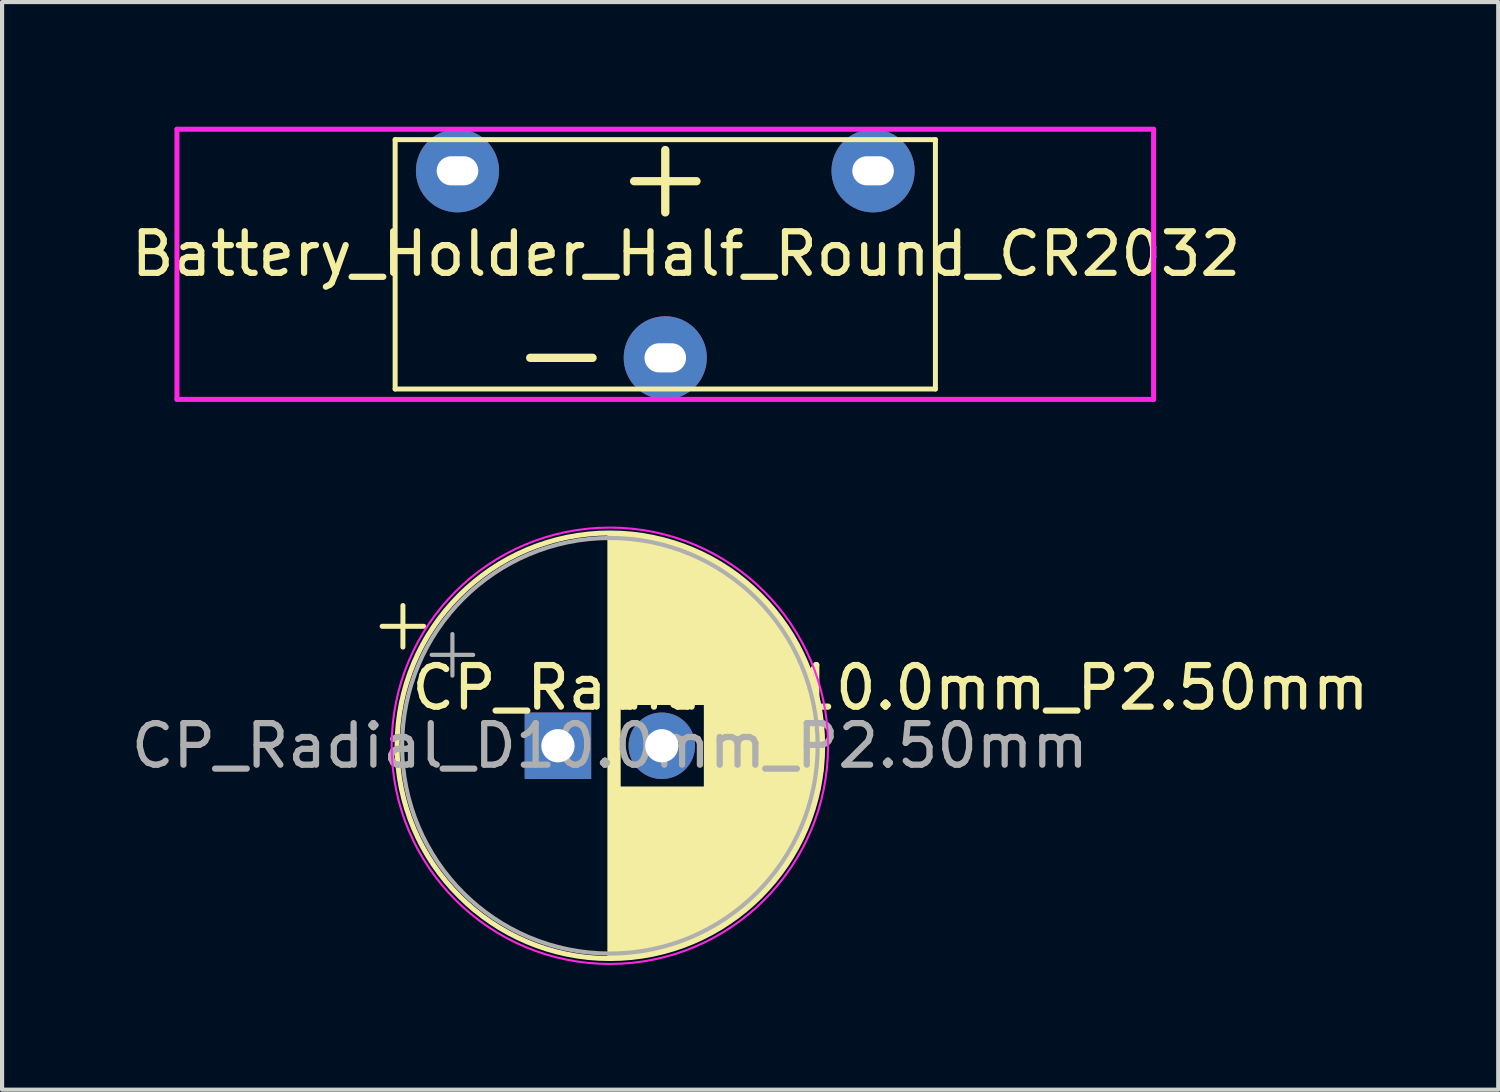
<source format=kicad_pcb>
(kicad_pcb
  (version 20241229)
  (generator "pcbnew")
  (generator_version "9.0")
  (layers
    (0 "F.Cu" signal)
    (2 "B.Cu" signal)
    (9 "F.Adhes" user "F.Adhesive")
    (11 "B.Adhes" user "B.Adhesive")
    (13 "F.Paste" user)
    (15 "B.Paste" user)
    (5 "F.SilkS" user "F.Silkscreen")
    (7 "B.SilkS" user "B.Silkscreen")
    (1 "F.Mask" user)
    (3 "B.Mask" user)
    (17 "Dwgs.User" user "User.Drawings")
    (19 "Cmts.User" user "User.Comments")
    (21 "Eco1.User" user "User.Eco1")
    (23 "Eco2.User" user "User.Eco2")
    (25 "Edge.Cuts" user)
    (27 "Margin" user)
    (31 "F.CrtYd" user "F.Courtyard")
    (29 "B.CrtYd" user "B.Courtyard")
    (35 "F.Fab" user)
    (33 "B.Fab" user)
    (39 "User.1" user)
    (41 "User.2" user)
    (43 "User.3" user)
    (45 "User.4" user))
  (footprint "Battery_Holder_Half_Round_CR2032"
    (layer "F.Cu")
    (at 12.958 1.06)
    (property "Reference" "Battery_Holder_Half_Round_CR2032" (at 0.5 2 180) (layer "F.SilkS") (effects (font (size 1 1) (thickness 0.15))))
    (attr through_hole)
    (fp_line (start -6.5 -0.75) (end -6.5 5.25) (stroke (width 0.12) (type solid)) (layer "F.SilkS"))
    (fp_line (start -6.5 5.25) (end 6.5 5.25) (stroke (width 0.12) (type solid)) (layer "F.SilkS"))
    (fp_line (start -1.75 4.5) (end -3.25 4.5) (stroke (width 0.2) (type solid)) (layer "F.SilkS"))
    (fp_line (start -0.75 0.25) (end 0.75 0.25) (stroke (width 0.2) (type solid)) (layer "F.SilkS"))
    (fp_line (start 0 -0.5) (end 0 1) (stroke (width 0.2) (type solid)) (layer "F.SilkS"))
    (fp_line (start 6.5 -0.75) (end -6.5 -0.75) (stroke (width 0.12) (type solid)) (layer "F.SilkS"))
    (fp_line (start 6.5 5.25) (end 6.5 -0.75) (stroke (width 0.12) (type solid)) (layer "F.SilkS"))
    (fp_line (start -11.75 -1) (end 11.75 -1) (stroke (width 0.12) (type solid)) (layer "F.CrtYd"))
    (fp_line (start -11.75 5.5) (end -11.75 -1) (stroke (width 0.12) (type solid)) (layer "F.CrtYd"))
    (fp_line (start 11.75 -1) (end 11.75 5.5) (stroke (width 0.12) (type solid)) (layer "F.CrtYd"))
    (fp_line (start 11.75 5.5) (end -11.75 5.5) (stroke (width 0.12) (type solid)) (layer "F.CrtYd"))
    (pad "1" thru_hole circle (at -5 0) (size 2 2) (drill oval 1 0.7) (layers "*.Cu" "*.Mask"))
    (pad "1" thru_hole circle (at 5 0) (size 2 2) (drill oval 1 0.7) (layers "*.Cu" "*.Mask"))
    (pad "2" thru_hole circle (at 0 4.5) (size 2 2) (drill oval 1 0.7) (layers "*.Cu" "*.Mask")))
  (footprint "CP_Radial_D10.0mm_P2.50mm"
    (layer "F.Cu")
    (at 10.375 14.895)
    (property "Reference" "CP_Radial_D10.0mm_P2.50mm" (at 8.001 -1.397 180) (layer "F.SilkS") (effects (font (size 1 1) (thickness 0.15))))
    (attr through_hole)
    (fp_line (start -4.23 -2.875) (end -3.23 -2.875) (stroke (width 0.12) (type solid)) (layer "F.SilkS"))
    (fp_line (start -3.73 -3.375) (end -3.73 -2.375) (stroke (width 0.12) (type solid)) (layer "F.SilkS"))
    (fp_line (start 1.25 -5.08) (end 1.25 5.08) (stroke (width 0.12) (type solid)) (layer "F.SilkS"))
    (fp_line (start 1.29 -5.08) (end 1.29 5.08) (stroke (width 0.12) (type solid)) (layer "F.SilkS"))
    (fp_line (start 1.33 -5.08) (end 1.33 5.08) (stroke (width 0.12) (type solid)) (layer "F.SilkS"))
    (fp_line (start 1.37 -5.079) (end 1.37 5.079) (stroke (width 0.12) (type solid)) (layer "F.SilkS"))
    (fp_line (start 1.41 -5.078) (end 1.41 5.078) (stroke (width 0.12) (type solid)) (layer "F.SilkS"))
    (fp_line (start 1.45 -5.077) (end 1.45 5.077) (stroke (width 0.12) (type solid)) (layer "F.SilkS"))
    (fp_line (start 1.49 -5.075) (end 1.49 -1.04) (stroke (width 0.12) (type solid)) (layer "F.SilkS"))
    (fp_line (start 1.49 1.04) (end 1.49 5.075) (stroke (width 0.12) (type solid)) (layer "F.SilkS"))
    (fp_line (start 1.53 -5.073) (end 1.53 -1.04) (stroke (width 0.12) (type solid)) (layer "F.SilkS"))
    (fp_line (start 1.53 1.04) (end 1.53 5.073) (stroke (width 0.12) (type solid)) (layer "F.SilkS"))
    (fp_line (start 1.57 -5.07) (end 1.57 -1.04) (stroke (width 0.12) (type solid)) (layer "F.SilkS"))
    (fp_line (start 1.57 1.04) (end 1.57 5.07) (stroke (width 0.12) (type solid)) (layer "F.SilkS"))
    (fp_line (start 1.61 -5.068) (end 1.61 -1.04) (stroke (width 0.12) (type solid)) (layer "F.SilkS"))
    (fp_line (start 1.61 1.04) (end 1.61 5.068) (stroke (width 0.12) (type solid)) (layer "F.SilkS"))
    (fp_line (start 1.65 -5.065) (end 1.65 -1.04) (stroke (width 0.12) (type solid)) (layer "F.SilkS"))
    (fp_line (start 1.65 1.04) (end 1.65 5.065) (stroke (width 0.12) (type solid)) (layer "F.SilkS"))
    (fp_line (start 1.69 -5.062) (end 1.69 -1.04) (stroke (width 0.12) (type solid)) (layer "F.SilkS"))
    (fp_line (start 1.69 1.04) (end 1.69 5.062) (stroke (width 0.12) (type solid)) (layer "F.SilkS"))
    (fp_line (start 1.73 -5.058) (end 1.73 -1.04) (stroke (width 0.12) (type solid)) (layer "F.SilkS"))
    (fp_line (start 1.73 1.04) (end 1.73 5.058) (stroke (width 0.12) (type solid)) (layer "F.SilkS"))
    (fp_line (start 1.77 -5.054) (end 1.77 -1.04) (stroke (width 0.12) (type solid)) (layer "F.SilkS"))
    (fp_line (start 1.77 1.04) (end 1.77 5.054) (stroke (width 0.12) (type solid)) (layer "F.SilkS"))
    (fp_line (start 1.81 -5.05) (end 1.81 -1.04) (stroke (width 0.12) (type solid)) (layer "F.SilkS"))
    (fp_line (start 1.81 1.04) (end 1.81 5.05) (stroke (width 0.12) (type solid)) (layer "F.SilkS"))
    (fp_line (start 1.85 -5.045) (end 1.85 -1.04) (stroke (width 0.12) (type solid)) (layer "F.SilkS"))
    (fp_line (start 1.85 1.04) (end 1.85 5.045) (stroke (width 0.12) (type solid)) (layer "F.SilkS"))
    (fp_line (start 1.89 -5.04) (end 1.89 -1.04) (stroke (width 0.12) (type solid)) (layer "F.SilkS"))
    (fp_line (start 1.89 1.04) (end 1.89 5.04) (stroke (width 0.12) (type solid)) (layer "F.SilkS"))
    (fp_line (start 1.93 -5.035) (end 1.93 -1.04) (stroke (width 0.12) (type solid)) (layer "F.SilkS"))
    (fp_line (start 1.93 1.04) (end 1.93 5.035) (stroke (width 0.12) (type solid)) (layer "F.SilkS"))
    (fp_line (start 1.971 -5.03) (end 1.971 -1.04) (stroke (width 0.12) (type solid)) (layer "F.SilkS"))
    (fp_line (start 1.971 1.04) (end 1.971 5.03) (stroke (width 0.12) (type solid)) (layer "F.SilkS"))
    (fp_line (start 2.011 -5.024) (end 2.011 -1.04) (stroke (width 0.12) (type solid)) (layer "F.SilkS"))
    (fp_line (start 2.011 1.04) (end 2.011 5.024) (stroke (width 0.12) (type solid)) (layer "F.SilkS"))
    (fp_line (start 2.051 -5.018) (end 2.051 -1.04) (stroke (width 0.12) (type solid)) (layer "F.SilkS"))
    (fp_line (start 2.051 1.04) (end 2.051 5.018) (stroke (width 0.12) (type solid)) (layer "F.SilkS"))
    (fp_line (start 2.091 -5.011) (end 2.091 -1.04) (stroke (width 0.12) (type solid)) (layer "F.SilkS"))
    (fp_line (start 2.091 1.04) (end 2.091 5.011) (stroke (width 0.12) (type solid)) (layer "F.SilkS"))
    (fp_line (start 2.131 -5.004) (end 2.131 -1.04) (stroke (width 0.12) (type solid)) (layer "F.SilkS"))
    (fp_line (start 2.131 1.04) (end 2.131 5.004) (stroke (width 0.12) (type solid)) (layer "F.SilkS"))
    (fp_line (start 2.171 -4.997) (end 2.171 -1.04) (stroke (width 0.12) (type solid)) (layer "F.SilkS"))
    (fp_line (start 2.171 1.04) (end 2.171 4.997) (stroke (width 0.12) (type solid)) (layer "F.SilkS"))
    (fp_line (start 2.211 -4.99) (end 2.211 -1.04) (stroke (width 0.12) (type solid)) (layer "F.SilkS"))
    (fp_line (start 2.211 1.04) (end 2.211 4.99) (stroke (width 0.12) (type solid)) (layer "F.SilkS"))
    (fp_line (start 2.251 -4.982) (end 2.251 -1.04) (stroke (width 0.12) (type solid)) (layer "F.SilkS"))
    (fp_line (start 2.251 1.04) (end 2.251 4.982) (stroke (width 0.12) (type solid)) (layer "F.SilkS"))
    (fp_line (start 2.291 -4.974) (end 2.291 -1.04) (stroke (width 0.12) (type solid)) (layer "F.SilkS"))
    (fp_line (start 2.291 1.04) (end 2.291 4.974) (stroke (width 0.12) (type solid)) (layer "F.SilkS"))
    (fp_line (start 2.331 -4.965) (end 2.331 -1.04) (stroke (width 0.12) (type solid)) (layer "F.SilkS"))
    (fp_line (start 2.331 1.04) (end 2.331 4.965) (stroke (width 0.12) (type solid)) (layer "F.SilkS"))
    (fp_line (start 2.371 -4.956) (end 2.371 -1.04) (stroke (width 0.12) (type solid)) (layer "F.SilkS"))
    (fp_line (start 2.371 1.04) (end 2.371 4.956) (stroke (width 0.12) (type solid)) (layer "F.SilkS"))
    (fp_line (start 2.411 -4.947) (end 2.411 -1.04) (stroke (width 0.12) (type solid)) (layer "F.SilkS"))
    (fp_line (start 2.411 1.04) (end 2.411 4.947) (stroke (width 0.12) (type solid)) (layer "F.SilkS"))
    (fp_line (start 2.451 -4.938) (end 2.451 -1.04) (stroke (width 0.12) (type solid)) (layer "F.SilkS"))
    (fp_line (start 2.451 1.04) (end 2.451 4.938) (stroke (width 0.12) (type solid)) (layer "F.SilkS"))
    (fp_line (start 2.491 -4.928) (end 2.491 -1.04) (stroke (width 0.12) (type solid)) (layer "F.SilkS"))
    (fp_line (start 2.491 1.04) (end 2.491 4.928) (stroke (width 0.12) (type solid)) (layer "F.SilkS"))
    (fp_line (start 2.531 -4.918) (end 2.531 -1.04) (stroke (width 0.12) (type solid)) (layer "F.SilkS"))
    (fp_line (start 2.531 1.04) (end 2.531 4.918) (stroke (width 0.12) (type solid)) (layer "F.SilkS"))
    (fp_line (start 2.571 -4.907) (end 2.571 -1.04) (stroke (width 0.12) (type solid)) (layer "F.SilkS"))
    (fp_line (start 2.571 1.04) (end 2.571 4.907) (stroke (width 0.12) (type solid)) (layer "F.SilkS"))
    (fp_line (start 2.611 -4.897) (end 2.611 -1.04) (stroke (width 0.12) (type solid)) (layer "F.SilkS"))
    (fp_line (start 2.611 1.04) (end 2.611 4.897) (stroke (width 0.12) (type solid)) (layer "F.SilkS"))
    (fp_line (start 2.651 -4.885) (end 2.651 -1.04) (stroke (width 0.12) (type solid)) (layer "F.SilkS"))
    (fp_line (start 2.651 1.04) (end 2.651 4.885) (stroke (width 0.12) (type solid)) (layer "F.SilkS"))
    (fp_line (start 2.691 -4.874) (end 2.691 -1.04) (stroke (width 0.12) (type solid)) (layer "F.SilkS"))
    (fp_line (start 2.691 1.04) (end 2.691 4.874) (stroke (width 0.12) (type solid)) (layer "F.SilkS"))
    (fp_line (start 2.731 -4.862) (end 2.731 -1.04) (stroke (width 0.12) (type solid)) (layer "F.SilkS"))
    (fp_line (start 2.731 1.04) (end 2.731 4.862) (stroke (width 0.12) (type solid)) (layer "F.SilkS"))
    (fp_line (start 2.771 -4.85) (end 2.771 -1.04) (stroke (width 0.12) (type solid)) (layer "F.SilkS"))
    (fp_line (start 2.771 1.04) (end 2.771 4.85) (stroke (width 0.12) (type solid)) (layer "F.SilkS"))
    (fp_line (start 2.811 -4.837) (end 2.811 -1.04) (stroke (width 0.12) (type solid)) (layer "F.SilkS"))
    (fp_line (start 2.811 1.04) (end 2.811 4.837) (stroke (width 0.12) (type solid)) (layer "F.SilkS"))
    (fp_line (start 2.851 -4.824) (end 2.851 -1.04) (stroke (width 0.12) (type solid)) (layer "F.SilkS"))
    (fp_line (start 2.851 1.04) (end 2.851 4.824) (stroke (width 0.12) (type solid)) (layer "F.SilkS"))
    (fp_line (start 2.891 -4.811) (end 2.891 -1.04) (stroke (width 0.12) (type solid)) (layer "F.SilkS"))
    (fp_line (start 2.891 1.04) (end 2.891 4.811) (stroke (width 0.12) (type solid)) (layer "F.SilkS"))
    (fp_line (start 2.931 -4.797) (end 2.931 -1.04) (stroke (width 0.12) (type solid)) (layer "F.SilkS"))
    (fp_line (start 2.931 1.04) (end 2.931 4.797) (stroke (width 0.12) (type solid)) (layer "F.SilkS"))
    (fp_line (start 2.971 -4.783) (end 2.971 -1.04) (stroke (width 0.12) (type solid)) (layer "F.SilkS"))
    (fp_line (start 2.971 1.04) (end 2.971 4.783) (stroke (width 0.12) (type solid)) (layer "F.SilkS"))
    (fp_line (start 3.011 -4.768) (end 3.011 -1.04) (stroke (width 0.12) (type solid)) (layer "F.SilkS"))
    (fp_line (start 3.011 1.04) (end 3.011 4.768) (stroke (width 0.12) (type solid)) (layer "F.SilkS"))
    (fp_line (start 3.051 -4.754) (end 3.051 -1.04) (stroke (width 0.12) (type solid)) (layer "F.SilkS"))
    (fp_line (start 3.051 1.04) (end 3.051 4.754) (stroke (width 0.12) (type solid)) (layer "F.SilkS"))
    (fp_line (start 3.091 -4.738) (end 3.091 -1.04) (stroke (width 0.12) (type solid)) (layer "F.SilkS"))
    (fp_line (start 3.091 1.04) (end 3.091 4.738) (stroke (width 0.12) (type solid)) (layer "F.SilkS"))
    (fp_line (start 3.131 -4.723) (end 3.131 -1.04) (stroke (width 0.12) (type solid)) (layer "F.SilkS"))
    (fp_line (start 3.131 1.04) (end 3.131 4.723) (stroke (width 0.12) (type solid)) (layer "F.SilkS"))
    (fp_line (start 3.171 -4.707) (end 3.171 -1.04) (stroke (width 0.12) (type solid)) (layer "F.SilkS"))
    (fp_line (start 3.171 1.04) (end 3.171 4.707) (stroke (width 0.12) (type solid)) (layer "F.SilkS"))
    (fp_line (start 3.211 -4.69) (end 3.211 -1.04) (stroke (width 0.12) (type solid)) (layer "F.SilkS"))
    (fp_line (start 3.211 1.04) (end 3.211 4.69) (stroke (width 0.12) (type solid)) (layer "F.SilkS"))
    (fp_line (start 3.251 -4.674) (end 3.251 -1.04) (stroke (width 0.12) (type solid)) (layer "F.SilkS"))
    (fp_line (start 3.251 1.04) (end 3.251 4.674) (stroke (width 0.12) (type solid)) (layer "F.SilkS"))
    (fp_line (start 3.291 -4.657) (end 3.291 -1.04) (stroke (width 0.12) (type solid)) (layer "F.SilkS"))
    (fp_line (start 3.291 1.04) (end 3.291 4.657) (stroke (width 0.12) (type solid)) (layer "F.SilkS"))
    (fp_line (start 3.331 -4.639) (end 3.331 -1.04) (stroke (width 0.12) (type solid)) (layer "F.SilkS"))
    (fp_line (start 3.331 1.04) (end 3.331 4.639) (stroke (width 0.12) (type solid)) (layer "F.SilkS"))
    (fp_line (start 3.371 -4.621) (end 3.371 -1.04) (stroke (width 0.12) (type solid)) (layer "F.SilkS"))
    (fp_line (start 3.371 1.04) (end 3.371 4.621) (stroke (width 0.12) (type solid)) (layer "F.SilkS"))
    (fp_line (start 3.411 -4.603) (end 3.411 -1.04) (stroke (width 0.12) (type solid)) (layer "F.SilkS"))
    (fp_line (start 3.411 1.04) (end 3.411 4.603) (stroke (width 0.12) (type solid)) (layer "F.SilkS"))
    (fp_line (start 3.451 -4.584) (end 3.451 -1.04) (stroke (width 0.12) (type solid)) (layer "F.SilkS"))
    (fp_line (start 3.451 1.04) (end 3.451 4.584) (stroke (width 0.12) (type solid)) (layer "F.SilkS"))
    (fp_line (start 3.491 -4.564) (end 3.491 -1.04) (stroke (width 0.12) (type solid)) (layer "F.SilkS"))
    (fp_line (start 3.491 1.04) (end 3.491 4.564) (stroke (width 0.12) (type solid)) (layer "F.SilkS"))
    (fp_line (start 3.531 -4.545) (end 3.531 -1.04) (stroke (width 0.12) (type solid)) (layer "F.SilkS"))
    (fp_line (start 3.531 1.04) (end 3.531 4.545) (stroke (width 0.12) (type solid)) (layer "F.SilkS"))
    (fp_line (start 3.571 -4.525) (end 3.571 4.525) (stroke (width 0.12) (type solid)) (layer "F.SilkS"))
    (fp_line (start 3.611 -4.504) (end 3.611 4.504) (stroke (width 0.12) (type solid)) (layer "F.SilkS"))
    (fp_line (start 3.651 -4.483) (end 3.651 4.483) (stroke (width 0.12) (type solid)) (layer "F.SilkS"))
    (fp_line (start 3.691 -4.462) (end 3.691 4.462) (stroke (width 0.12) (type solid)) (layer "F.SilkS"))
    (fp_line (start 3.731 -4.44) (end 3.731 4.44) (stroke (width 0.12) (type solid)) (layer "F.SilkS"))
    (fp_line (start 3.771 -4.417) (end 3.771 4.417) (stroke (width 0.12) (type solid)) (layer "F.SilkS"))
    (fp_line (start 3.811 -4.395) (end 3.811 4.395) (stroke (width 0.12) (type solid)) (layer "F.SilkS"))
    (fp_line (start 3.851 -4.371) (end 3.851 4.371) (stroke (width 0.12) (type solid)) (layer "F.SilkS"))
    (fp_line (start 3.891 -4.347) (end 3.891 4.347) (stroke (width 0.12) (type solid)) (layer "F.SilkS"))
    (fp_line (start 3.931 -4.323) (end 3.931 4.323) (stroke (width 0.12) (type solid)) (layer "F.SilkS"))
    (fp_line (start 3.971 -4.298) (end 3.971 4.298) (stroke (width 0.12) (type solid)) (layer "F.SilkS"))
    (fp_line (start 4.011 -4.273) (end 4.011 4.273) (stroke (width 0.12) (type solid)) (layer "F.SilkS"))
    (fp_line (start 4.051 -4.247) (end 4.051 4.247) (stroke (width 0.12) (type solid)) (layer "F.SilkS"))
    (fp_line (start 4.091 -4.221) (end 4.091 4.221) (stroke (width 0.12) (type solid)) (layer "F.SilkS"))
    (fp_line (start 4.131 -4.194) (end 4.131 4.194) (stroke (width 0.12) (type solid)) (layer "F.SilkS"))
    (fp_line (start 4.171 -4.166) (end 4.171 4.166) (stroke (width 0.12) (type solid)) (layer "F.SilkS"))
    (fp_line (start 4.211 -4.138) (end 4.211 4.138) (stroke (width 0.12) (type solid)) (layer "F.SilkS"))
    (fp_line (start 4.251 -4.11) (end 4.251 4.11) (stroke (width 0.12) (type solid)) (layer "F.SilkS"))
    (fp_line (start 4.291 -4.08) (end 4.291 4.08) (stroke (width 0.12) (type solid)) (layer "F.SilkS"))
    (fp_line (start 4.331 -4.05) (end 4.331 4.05) (stroke (width 0.12) (type solid)) (layer "F.SilkS"))
    (fp_line (start 4.371 -4.02) (end 4.371 4.02) (stroke (width 0.12) (type solid)) (layer "F.SilkS"))
    (fp_line (start 4.411 -3.989) (end 4.411 3.989) (stroke (width 0.12) (type solid)) (layer "F.SilkS"))
    (fp_line (start 4.451 -3.957) (end 4.451 3.957) (stroke (width 0.12) (type solid)) (layer "F.SilkS"))
    (fp_line (start 4.491 -3.925) (end 4.491 3.925) (stroke (width 0.12) (type solid)) (layer "F.SilkS"))
    (fp_line (start 4.531 -3.892) (end 4.531 3.892) (stroke (width 0.12) (type solid)) (layer "F.SilkS"))
    (fp_line (start 4.571 -3.858) (end 4.571 3.858) (stroke (width 0.12) (type solid)) (layer "F.SilkS"))
    (fp_line (start 4.611 -3.824) (end 4.611 3.824) (stroke (width 0.12) (type solid)) (layer "F.SilkS"))
    (fp_line (start 4.651 -3.789) (end 4.651 3.789) (stroke (width 0.12) (type solid)) (layer "F.SilkS"))
    (fp_line (start 4.691 -3.753) (end 4.691 3.753) (stroke (width 0.12) (type solid)) (layer "F.SilkS"))
    (fp_line (start 4.731 -3.716) (end 4.731 3.716) (stroke (width 0.12) (type solid)) (layer "F.SilkS"))
    (fp_line (start 4.771 -3.679) (end 4.771 3.679) (stroke (width 0.12) (type solid)) (layer "F.SilkS"))
    (fp_line (start 4.811 -3.64) (end 4.811 3.64) (stroke (width 0.12) (type solid)) (layer "F.SilkS"))
    (fp_line (start 4.851 -3.601) (end 4.851 3.601) (stroke (width 0.12) (type solid)) (layer "F.SilkS"))
    (fp_line (start 4.891 -3.561) (end 4.891 3.561) (stroke (width 0.12) (type solid)) (layer "F.SilkS"))
    (fp_line (start 4.931 -3.52) (end 4.931 3.52) (stroke (width 0.12) (type solid)) (layer "F.SilkS"))
    (fp_line (start 4.971 -3.478) (end 4.971 3.478) (stroke (width 0.12) (type solid)) (layer "F.SilkS"))
    (fp_line (start 5.011 -3.436) (end 5.011 3.436) (stroke (width 0.12) (type solid)) (layer "F.SilkS"))
    (fp_line (start 5.051 -3.392) (end 5.051 3.392) (stroke (width 0.12) (type solid)) (layer "F.SilkS"))
    (fp_line (start 5.091 -3.347) (end 5.091 3.347) (stroke (width 0.12) (type solid)) (layer "F.SilkS"))
    (fp_line (start 5.131 -3.301) (end 5.131 3.301) (stroke (width 0.12) (type solid)) (layer "F.SilkS"))
    (fp_line (start 5.171 -3.254) (end 5.171 3.254) (stroke (width 0.12) (type solid)) (layer "F.SilkS"))
    (fp_line (start 5.211 -3.206) (end 5.211 3.206) (stroke (width 0.12) (type solid)) (layer "F.SilkS"))
    (fp_line (start 5.251 -3.156) (end 5.251 3.156) (stroke (width 0.12) (type solid)) (layer "F.SilkS"))
    (fp_line (start 5.291 -3.106) (end 5.291 3.106) (stroke (width 0.12) (type solid)) (layer "F.SilkS"))
    (fp_line (start 5.331 -3.054) (end 5.331 3.054) (stroke (width 0.12) (type solid)) (layer "F.SilkS"))
    (fp_line (start 5.371 -3) (end 5.371 3) (stroke (width 0.12) (type solid)) (layer "F.SilkS"))
    (fp_line (start 5.411 -2.945) (end 5.411 2.945) (stroke (width 0.12) (type solid)) (layer "F.SilkS"))
    (fp_line (start 5.451 -2.889) (end 5.451 2.889) (stroke (width 0.12) (type solid)) (layer "F.SilkS"))
    (fp_line (start 5.491 -2.83) (end 5.491 2.83) (stroke (width 0.12) (type solid)) (layer "F.SilkS"))
    (fp_line (start 5.531 -2.77) (end 5.531 2.77) (stroke (width 0.12) (type solid)) (layer "F.SilkS"))
    (fp_line (start 5.571 -2.709) (end 5.571 2.709) (stroke (width 0.12) (type solid)) (layer "F.SilkS"))
    (fp_line (start 5.611 -2.645) (end 5.611 2.645) (stroke (width 0.12) (type solid)) (layer "F.SilkS"))
    (fp_line (start 5.651 -2.579) (end 5.651 2.579) (stroke (width 0.12) (type solid)) (layer "F.SilkS"))
    (fp_line (start 5.691 -2.51) (end 5.691 2.51) (stroke (width 0.12) (type solid)) (layer "F.SilkS"))
    (fp_line (start 5.731 -2.439) (end 5.731 2.439) (stroke (width 0.12) (type solid)) (layer "F.SilkS"))
    (fp_line (start 5.771 -2.365) (end 5.771 2.365) (stroke (width 0.12) (type solid)) (layer "F.SilkS"))
    (fp_line (start 5.811 -2.289) (end 5.811 2.289) (stroke (width 0.12) (type solid)) (layer "F.SilkS"))
    (fp_line (start 5.851 -2.209) (end 5.851 2.209) (stroke (width 0.12) (type solid)) (layer "F.SilkS"))
    (fp_line (start 5.891 -2.125) (end 5.891 2.125) (stroke (width 0.12) (type solid)) (layer "F.SilkS"))
    (fp_line (start 5.931 -2.037) (end 5.931 2.037) (stroke (width 0.12) (type solid)) (layer "F.SilkS"))
    (fp_line (start 5.971 -1.944) (end 5.971 1.944) (stroke (width 0.12) (type solid)) (layer "F.SilkS"))
    (fp_line (start 6.011 -1.846) (end 6.011 1.846) (stroke (width 0.12) (type solid)) (layer "F.SilkS"))
    (fp_line (start 6.051 -1.742) (end 6.051 1.742) (stroke (width 0.12) (type solid)) (layer "F.SilkS"))
    (fp_line (start 6.091 -1.63) (end 6.091 1.63) (stroke (width 0.12) (type solid)) (layer "F.SilkS"))
    (fp_line (start 6.131 -1.51) (end 6.131 1.51) (stroke (width 0.12) (type solid)) (layer "F.SilkS"))
    (fp_line (start 6.171 -1.378) (end 6.171 1.378) (stroke (width 0.12) (type solid)) (layer "F.SilkS"))
    (fp_line (start 6.211 -1.23) (end 6.211 1.23) (stroke (width 0.12) (type solid)) (layer "F.SilkS"))
    (fp_line (start 6.251 -1.062) (end 6.251 1.062) (stroke (width 0.12) (type solid)) (layer "F.SilkS"))
    (fp_line (start 6.291 -0.862) (end 6.291 0.862) (stroke (width 0.12) (type solid)) (layer "F.SilkS"))
    (fp_line (start 6.331 -0.599) (end 6.331 0.599) (stroke (width 0.12) (type solid)) (layer "F.SilkS"))
    (fp_circle (center 1.25 0) (end 6.37 0) (stroke (width 0.12) (type solid)) (fill no) (layer "F.SilkS"))
    (fp_circle (center 1.25 0) (end 6.5 0) (stroke (width 0.05) (type solid)) (fill no) (layer "F.CrtYd"))
    (fp_line (start -3.039 -2.188) (end -2.039 -2.188) (stroke (width 0.1) (type solid)) (layer "F.Fab"))
    (fp_line (start -2.539 -2.688) (end -2.539 -1.688) (stroke (width 0.1) (type solid)) (layer "F.Fab"))
    (fp_circle (center 1.25 0) (end 6.25 0) (stroke (width 0.1) (type solid)) (fill no) (layer "F.Fab"))
    (fp_text user "${REFERENCE}" (at 1.25 0 180) (layer "F.Fab") (effects (font (size 1 1) (thickness 0.15))))
    (pad "1" thru_hole rect (at 0 0) (size 1.6 1.6) (drill 0.8) (layers "*.Cu" "*.Mask"))
    (pad "2" thru_hole circle (at 2.5 0) (size 1.6 1.6) (drill 0.8) (layers "*.Cu" "*.Mask")))
  (gr_rect
    (start -3 -3)
    (end 33.001 23.17)
    (stroke (width 0.1) (type default))
    (fill no)
    (layer "Edge.Cuts")))
</source>
